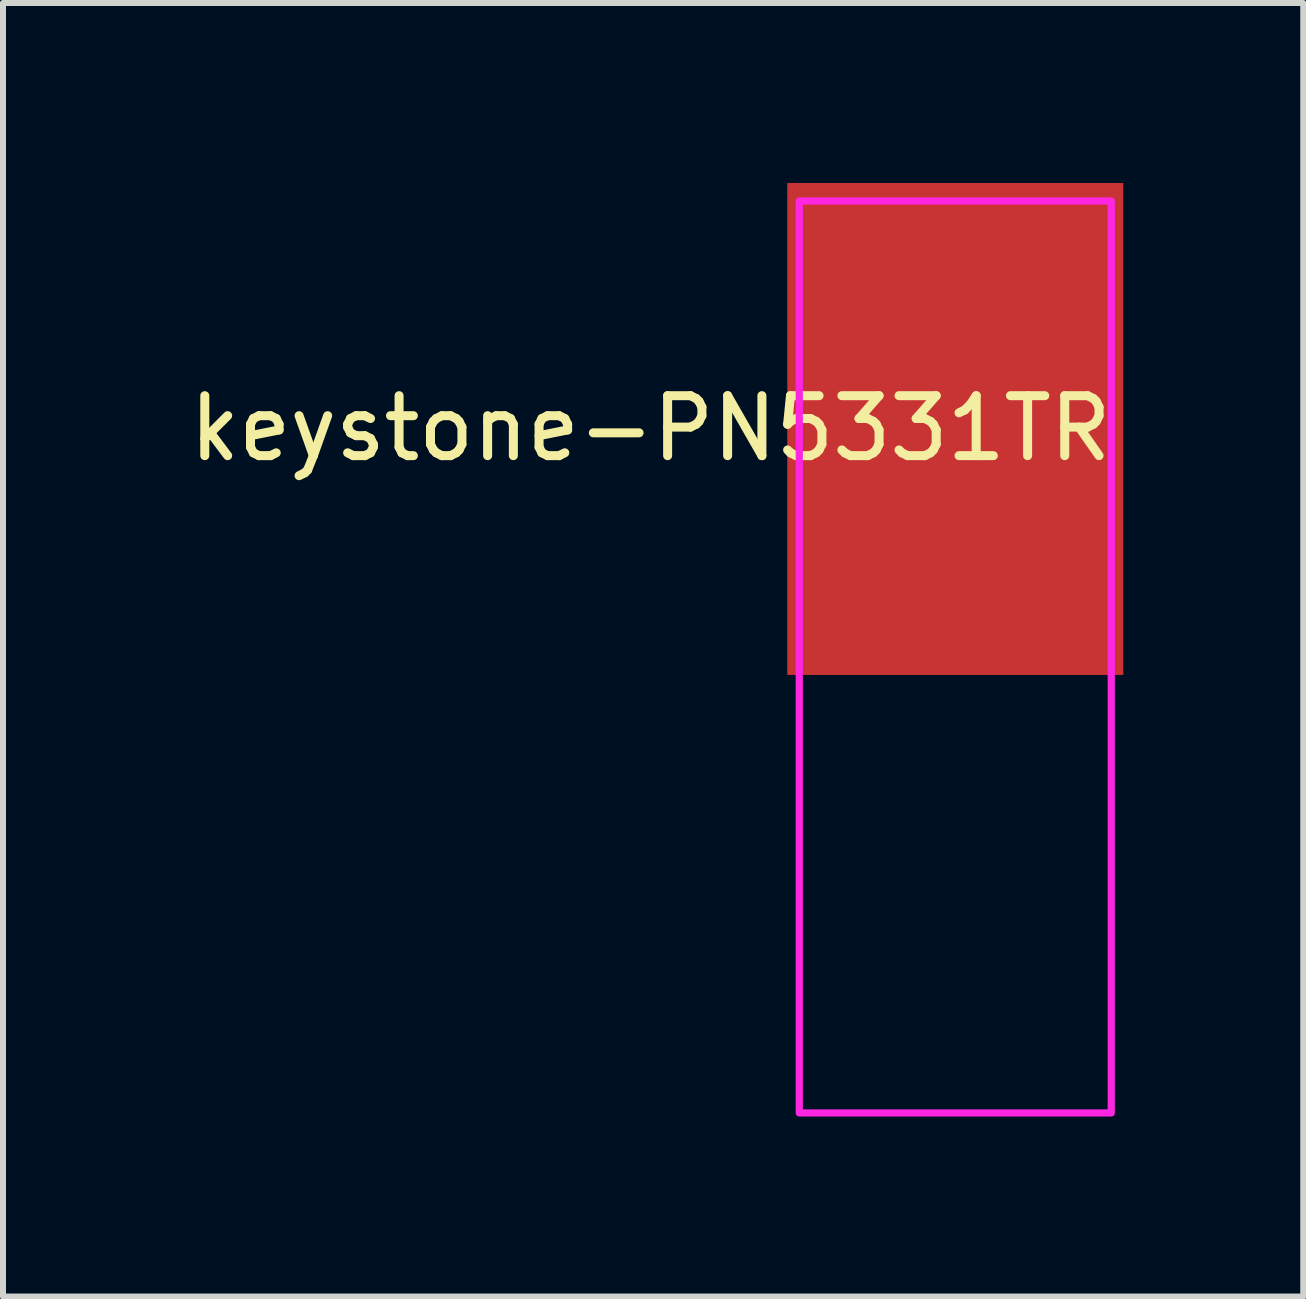
<source format=kicad_pcb>
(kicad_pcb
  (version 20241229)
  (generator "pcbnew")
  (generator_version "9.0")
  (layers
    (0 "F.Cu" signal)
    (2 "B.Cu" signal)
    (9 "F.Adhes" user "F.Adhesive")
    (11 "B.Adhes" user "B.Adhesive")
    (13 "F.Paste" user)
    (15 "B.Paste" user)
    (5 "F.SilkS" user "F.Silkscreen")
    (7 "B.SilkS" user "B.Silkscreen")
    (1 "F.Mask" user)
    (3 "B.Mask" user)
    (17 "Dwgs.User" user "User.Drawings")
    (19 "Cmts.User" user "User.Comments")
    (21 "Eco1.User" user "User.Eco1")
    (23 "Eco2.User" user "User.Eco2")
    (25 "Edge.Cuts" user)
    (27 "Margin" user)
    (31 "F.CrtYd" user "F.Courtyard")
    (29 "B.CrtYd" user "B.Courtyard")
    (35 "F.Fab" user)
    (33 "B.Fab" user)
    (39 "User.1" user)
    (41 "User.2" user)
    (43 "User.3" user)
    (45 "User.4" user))
  (footprint "keystone-PN5331TR"
    (layer "F.Cu")
    (at 12.872 7.9)
    (property "Reference" "keystone-PN5331TR" (at -5.08 -3.81 0) (unlocked yes) (layer "F.SilkS") (effects (font (size 1 1) (thickness 0.15))))
    (attr smd)
    (fp_rect (start -2.6 -7.6) (end 2.6 7.6) (stroke (width 0.12) (type default)) (fill no) (layer "F.CrtYd"))
    (pad "1" smd rect (at 0 -3.8) (size 5.6 8.2) (layers "F.Cu" "F.Mask" "F.Paste")))
  (gr_rect
    (start -3 -3)
    (end 18.672 18.56)
    (stroke (width 0.1) (type default))
    (fill no)
    (layer "Edge.Cuts")))
</source>
